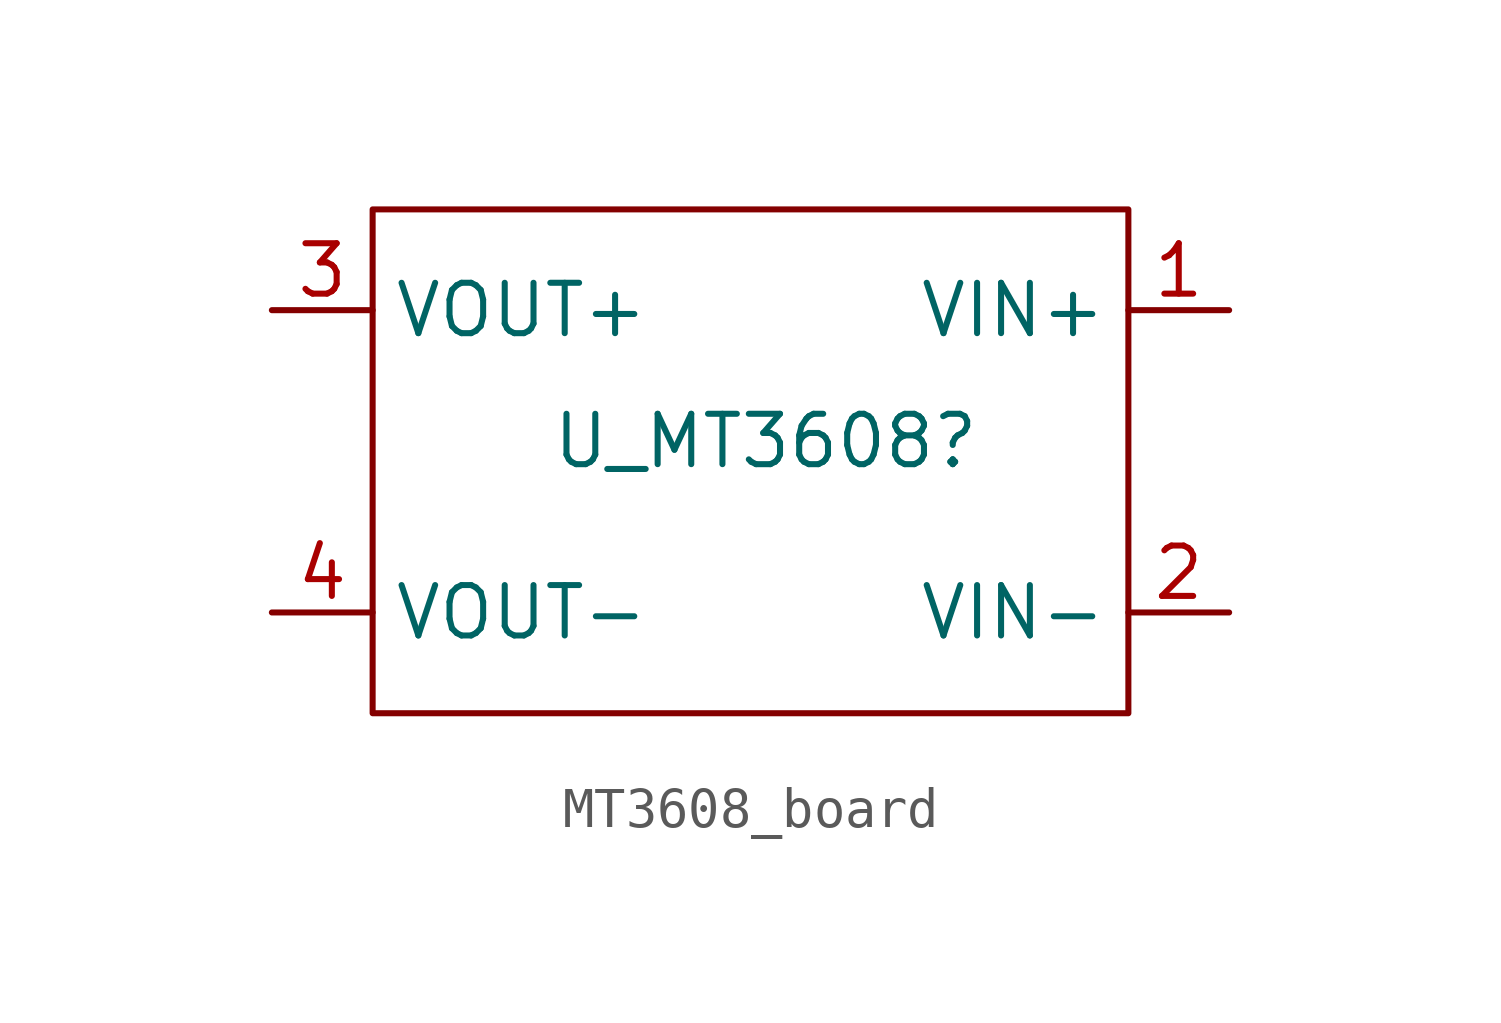
<source format=kicad_sym>
(kicad_symbol_lib
  (version 20231120)
  (generator "kicad_symbol_editor")
  (generator_version "8.0")
  (symbol "MT3608_board"
    (property "Reference" "U_MT3608"
      (at 9.906 6.858 0)
      (effects (font (size 1.27 1.27))))
    (property "Value" ""
      (at 0 0 0)
      (effects (font (size 1.27 1.27))))
    (symbol "MT3608_board_0_1"
      (rectangle (start 0 12.7) (end 19.05 0) (stroke (width 0) (type default)) (fill (type none))))
    (symbol "MT3608_board_1_1"
      (pin input line (at 21.59 10.16 180) (length 2.54) (name "VIN+" (effects (font (size 1.27 1.27)))) (number "1" (effects (font (size 1.27 1.27)))))
      (pin input line (at 21.59 2.54 180) (length 2.54) (name "VIN-" (effects (font (size 1.27 1.27)))) (number "2" (effects (font (size 1.27 1.27)))))
      (pin output line (at -2.54 10.16 0) (length 2.54) (name "VOUT+" (effects (font (size 1.27 1.27)))) (number "3" (effects (font (size 1.27 1.27)))))
      (pin output line (at -2.54 2.54 0) (length 2.54) (name "VOUT-" (effects (font (size 1.27 1.27)))) (number "4" (effects (font (size 1.27 1.27))))))))
</source>
